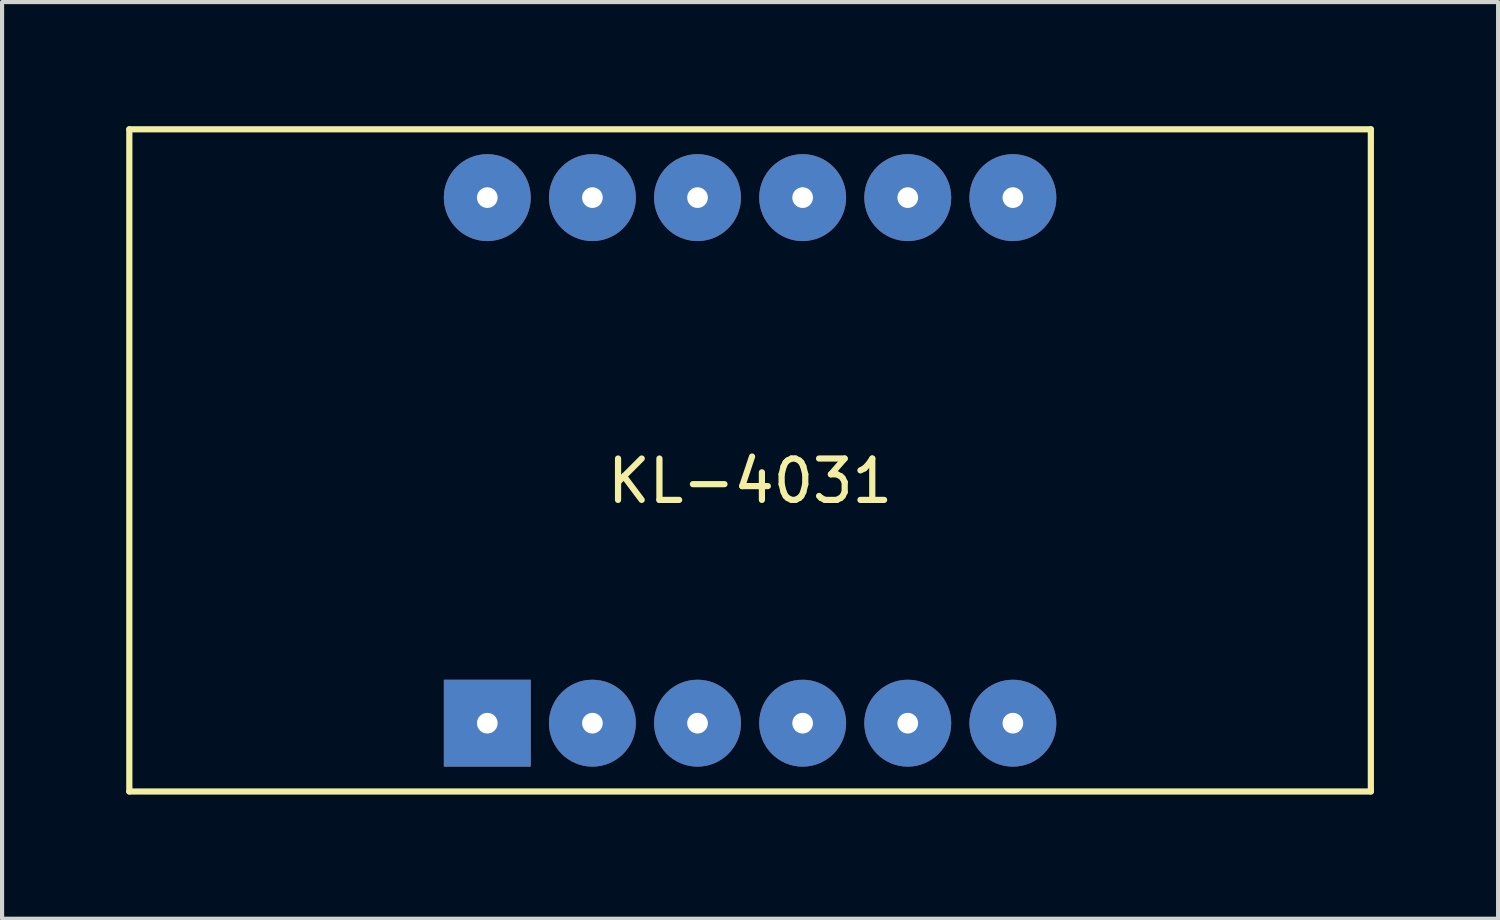
<source format=kicad_pcb>
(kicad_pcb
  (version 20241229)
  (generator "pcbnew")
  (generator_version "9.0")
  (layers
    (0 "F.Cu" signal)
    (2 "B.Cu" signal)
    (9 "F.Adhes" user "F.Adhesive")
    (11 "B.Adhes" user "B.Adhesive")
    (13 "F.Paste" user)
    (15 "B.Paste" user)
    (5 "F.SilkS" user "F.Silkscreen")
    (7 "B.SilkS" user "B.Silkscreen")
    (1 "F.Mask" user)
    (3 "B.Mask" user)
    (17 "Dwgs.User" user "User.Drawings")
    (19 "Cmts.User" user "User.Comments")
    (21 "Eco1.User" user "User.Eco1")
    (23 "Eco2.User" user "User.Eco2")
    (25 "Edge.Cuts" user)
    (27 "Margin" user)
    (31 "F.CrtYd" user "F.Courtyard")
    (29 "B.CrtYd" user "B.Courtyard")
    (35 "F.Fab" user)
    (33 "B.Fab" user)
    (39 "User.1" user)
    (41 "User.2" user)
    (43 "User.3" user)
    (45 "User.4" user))
  (footprint "KL-4031"
    (layer "F.Cu")
    (at 15.075 8.075)
    (property "Reference" "KL-4031" (at 0 0.5 0) (layer "F.SilkS") (effects (font (size 1 1) (thickness 0.15))))
    (attr through_hole)
    (fp_line (start -15 -8) (end 15 -8) (stroke (width 0.15) (type solid)) (layer "F.SilkS"))
    (fp_line (start -15 8) (end -15 -8) (stroke (width 0.15) (type solid)) (layer "F.SilkS"))
    (fp_line (start 15 -8) (end 15 8) (stroke (width 0.15) (type solid)) (layer "F.SilkS"))
    (fp_line (start 15 8) (end -15 8) (stroke (width 0.15) (type solid)) (layer "F.SilkS"))
    (pad "1" thru_hole rect (at -6.35 6.35) (size 2.1 2.1) (drill 0.5) (layers "*.Cu" "*.Mask"))
    (pad "2" thru_hole circle (at -3.81 6.35) (size 2.1 2.1) (drill 0.5) (layers "*.Cu" "*.Mask"))
    (pad "3" thru_hole circle (at -1.27 6.35) (size 2.1 2.1) (drill 0.5) (layers "*.Cu" "*.Mask"))
    (pad "4" thru_hole circle (at 1.27 6.35) (size 2.1 2.1) (drill 0.5) (layers "*.Cu" "*.Mask"))
    (pad "5" thru_hole circle (at 3.81 6.35) (size 2.1 2.1) (drill 0.5) (layers "*.Cu" "*.Mask"))
    (pad "6" thru_hole circle (at 6.35 6.35) (size 2.1 2.1) (drill 0.5) (layers "*.Cu" "*.Mask"))
    (pad "7" thru_hole circle (at 6.35 -6.35) (size 2.1 2.1) (drill 0.5) (layers "*.Cu" "*.Mask"))
    (pad "8" thru_hole circle (at 3.81 -6.35) (size 2.1 2.1) (drill 0.5) (layers "*.Cu" "*.Mask"))
    (pad "9" thru_hole circle (at 1.27 -6.35) (size 2.1 2.1) (drill 0.5) (layers "*.Cu" "*.Mask"))
    (pad "10" thru_hole circle (at -1.27 -6.35) (size 2.1 2.1) (drill 0.5) (layers "*.Cu" "*.Mask"))
    (pad "11" thru_hole circle (at -3.81 -6.35) (size 2.1 2.1) (drill 0.5) (layers "*.Cu" "*.Mask"))
    (pad "12" thru_hole circle (at -6.35 -6.35) (size 2.1 2.1) (drill 0.5) (layers "*.Cu" "*.Mask")))
  (gr_rect
    (start -3 -3)
    (end 33.15 19.15)
    (stroke (width 0.1) (type default))
    (fill no)
    (layer "Edge.Cuts")))
</source>
